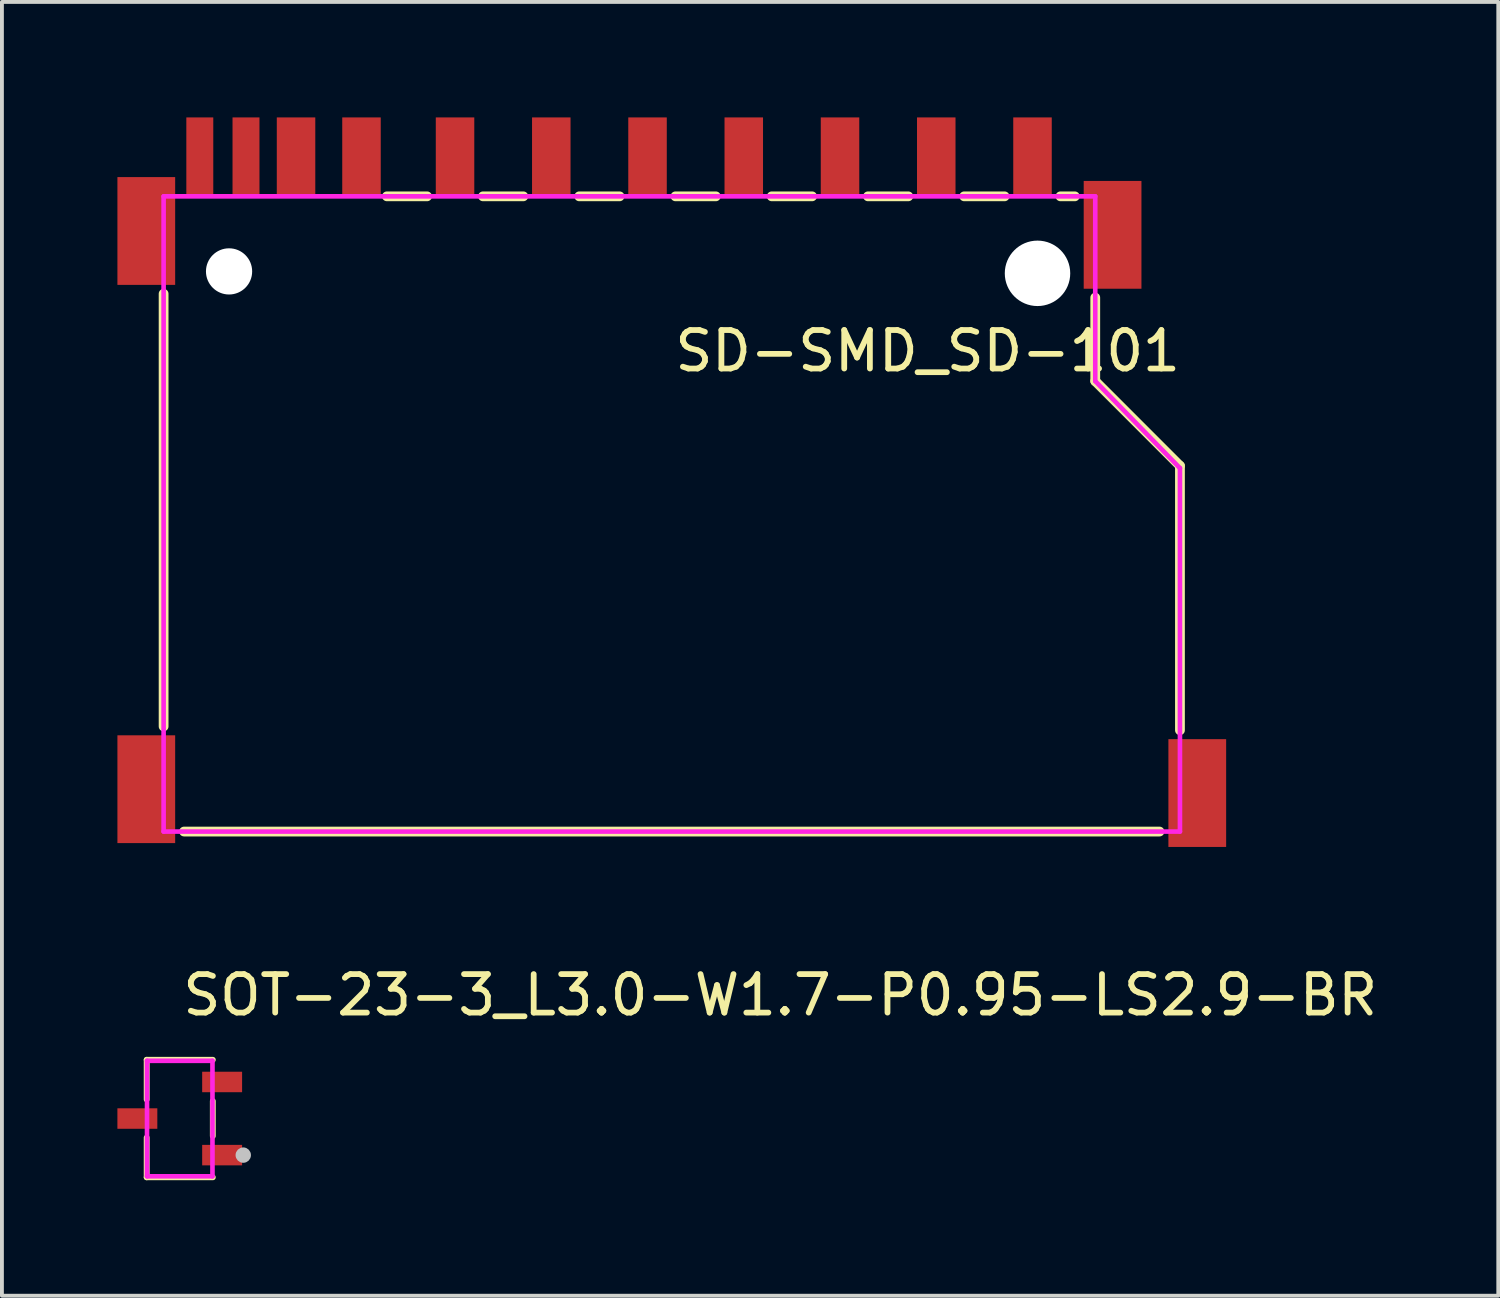
<source format=kicad_pcb>
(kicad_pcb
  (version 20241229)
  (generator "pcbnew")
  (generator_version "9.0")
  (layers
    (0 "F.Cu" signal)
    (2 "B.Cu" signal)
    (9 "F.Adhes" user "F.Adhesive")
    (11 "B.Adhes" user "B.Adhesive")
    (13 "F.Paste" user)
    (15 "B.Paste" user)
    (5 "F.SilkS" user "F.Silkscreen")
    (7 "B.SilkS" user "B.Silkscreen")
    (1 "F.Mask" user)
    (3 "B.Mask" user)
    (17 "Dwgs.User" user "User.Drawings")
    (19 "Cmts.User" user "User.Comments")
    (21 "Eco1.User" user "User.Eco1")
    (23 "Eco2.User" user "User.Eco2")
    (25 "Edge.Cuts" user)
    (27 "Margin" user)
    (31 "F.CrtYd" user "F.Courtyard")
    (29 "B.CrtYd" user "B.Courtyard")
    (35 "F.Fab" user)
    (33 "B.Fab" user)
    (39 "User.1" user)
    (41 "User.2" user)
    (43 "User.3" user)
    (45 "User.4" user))
  (footprint "SOT-23-3_L3.0-W1.7-P0.95-LS2.9-BR"
    (layer "F.Cu")
    (at 1.619 26.005)
    (property "Reference" "SOT-23-3_L3.0-W1.7-P0.95-LS2.9-BR" (at 0 -3.207 0) (layer "F.SilkS") (effects (font (size 1 1) (thickness 0.15)) (justify left)))
    (attr through_hole)
    (fp_line (start -0.859 -1.526) (end -0.859 -0.495) (stroke (width 0.152) (type solid)) (layer "F.SilkS"))
    (fp_line (start -0.859 1.526) (end -0.859 0.495) (stroke (width 0.152) (type solid)) (layer "F.SilkS"))
    (fp_line (start 0.859 -1.526) (end -0.859 -1.526) (stroke (width 0.152) (type solid)) (layer "F.SilkS"))
    (fp_line (start 0.859 -0.455) (end 0.859 0.455) (stroke (width 0.152) (type solid)) (layer "F.SilkS"))
    (fp_line (start 0.859 1.526) (end -0.859 1.526) (stroke (width 0.152) (type solid)) (layer "F.SilkS"))
    (fp_circle (center 1.65 0.95) (end 1.75 0.95) (stroke (width 0.2) (type solid)) (fill no) (layer "Dwgs.User"))
    (fp_line (start -1.01 -0.188) (end -0.815 -0.188) (stroke (width 0.12) (type solid)) (layer "Eco2.User"))
    (fp_line (start -1.01 0.188) (end -1.01 -0.188) (stroke (width 0.12) (type solid)) (layer "Eco2.User"))
    (fp_line (start -0.815 -0.188) (end -0.815 0.188) (stroke (width 0.12) (type solid)) (layer "Eco2.User"))
    (fp_line (start -0.815 0.188) (end -1.01 0.188) (stroke (width 0.12) (type solid)) (layer "Eco2.User"))
    (fp_line (start 0.815 -1.137) (end 1.01 -1.137) (stroke (width 0.12) (type solid)) (layer "Eco2.User"))
    (fp_line (start 0.815 -0.762) (end 0.815 -1.137) (stroke (width 0.12) (type solid)) (layer "Eco2.User"))
    (fp_line (start 0.815 0.762) (end 1.01 0.762) (stroke (width 0.12) (type solid)) (layer "Eco2.User"))
    (fp_line (start 0.815 1.137) (end 0.815 0.762) (stroke (width 0.12) (type solid)) (layer "Eco2.User"))
    (fp_line (start 1.01 -1.137) (end 1.01 -0.762) (stroke (width 0.12) (type solid)) (layer "Eco2.User"))
    (fp_line (start 1.01 -0.762) (end 0.815 -0.762) (stroke (width 0.12) (type solid)) (layer "Eco2.User"))
    (fp_line (start 1.01 0.762) (end 1.01 1.137) (stroke (width 0.12) (type solid)) (layer "Eco2.User"))
    (fp_line (start 1.01 1.137) (end 0.815 1.137) (stroke (width 0.12) (type solid)) (layer "Eco2.User"))
    (fp_circle (center 1.425 1.5) (end 1.455 1.5) (stroke (width 0.06) (type solid)) (fill no) (layer "Eco2.User"))
    (fp_poly (pts (xy -1.425 0.188) (xy -1.425 -0.188) (xy -1 -0.188) (xy -1 0.188)) (stroke (width 0.12) (type solid)) (fill no) (layer "Eco2.User"))
    (fp_poly (pts (xy 1 -0.762) (xy 1 -1.137) (xy 1.425 -1.137) (xy 1.425 -0.762)) (stroke (width 0.12) (type solid)) (fill no) (layer "Eco2.User"))
    (fp_poly (pts (xy 1 1.137) (xy 1 0.762) (xy 1.425 0.762) (xy 1.425 1.137)) (stroke (width 0.12) (type solid)) (fill no) (layer "Eco2.User"))
    (fp_line (start -0.85 -1.5) (end 0.85 -1.5) (stroke (width 0.12) (type solid)) (layer "F.CrtYd"))
    (fp_line (start -0.85 1.5) (end -0.85 -1.5) (stroke (width 0.12) (type solid)) (layer "F.CrtYd"))
    (fp_line (start 0.85 -1.5) (end 0.85 1.5) (stroke (width 0.12) (type solid)) (layer "F.CrtYd"))
    (fp_line (start 0.85 1.5) (end -0.85 1.5) (stroke (width 0.12) (type solid)) (layer "F.CrtYd"))
    (pad "1" smd rect (at 1.101 0.95) (size 1.037 0.532) (layers "F.Cu" "F.Mask" "F.Paste"))
    (pad "2" smd rect (at 1.101 -0.95) (size 1.037 0.532) (layers "F.Cu" "F.Mask" "F.Paste"))
    (pad "3" smd rect (at -1.101 0) (size 1.037 0.532) (layers "F.Cu" "F.Mask" "F.Paste")))
  (footprint "SD-SMD_SD-101"
    (layer "F.Cu")
    (at 14.4 9.275)
    (property "Reference" "SD-SMD_SD-101" (at 0 -3.207 0) (layer "F.SilkS") (effects (font (size 1 1) (thickness 0.15)) (justify left)))
    (attr through_hole)
    (fp_line (start -13.2 6.544) (end -13.2 -4.694) (stroke (width 0.254) (type solid)) (layer "F.SilkS"))
    (fp_line (start -7.4 -7.225) (end -6.356 -7.225) (stroke (width 0.254) (type solid)) (layer "F.SilkS"))
    (fp_line (start -4.904 -7.225) (end -3.856 -7.225) (stroke (width 0.254) (type solid)) (layer "F.SilkS"))
    (fp_line (start -2.404 -7.225) (end -1.356 -7.225) (stroke (width 0.254) (type solid)) (layer "F.SilkS"))
    (fp_line (start 0.096 -7.225) (end 1.144 -7.225) (stroke (width 0.254) (type solid)) (layer "F.SilkS"))
    (fp_line (start 2.596 -7.225) (end 3.645 -7.225) (stroke (width 0.254) (type solid)) (layer "F.SilkS"))
    (fp_line (start 5.096 -7.225) (end 6.144 -7.225) (stroke (width 0.254) (type solid)) (layer "F.SilkS"))
    (fp_line (start 7.596 -7.225) (end 8.645 -7.225) (stroke (width 0.254) (type solid)) (layer "F.SilkS"))
    (fp_line (start 10.096 -7.225) (end 10.469 -7.225) (stroke (width 0.254) (type solid)) (layer "F.SilkS"))
    (fp_line (start 11 -2.425) (end 11 -4.594) (stroke (width 0.254) (type solid)) (layer "F.SilkS"))
    (fp_line (start 12.669 9.275) (end -12.669 9.275) (stroke (width 0.254) (type solid)) (layer "F.SilkS"))
    (fp_line (start 13.2 -0.225) (end 11 -2.425) (stroke (width 0.254) (type solid)) (layer "F.SilkS"))
    (fp_line (start 13.2 6.644) (end 13.2 -0.225) (stroke (width 0.254) (type solid)) (layer "F.SilkS"))
    (fp_circle (center -11.5 -5.275) (end -11.275 -5.275) (stroke (width 0.45) (type solid)) (fill no) (layer "Dwgs.User"))
    (fp_circle (center 9.5 -5.225) (end 9.875 -5.225) (stroke (width 0.75) (type solid)) (fill no) (layer "Dwgs.User"))
    (fp_circle (center 14 -8.425) (end 14.03 -8.425) (stroke (width 0.06) (type solid)) (fill no) (layer "Eco2.User"))
    (fp_poly (pts (xy -14 -5.225) (xy -13.011 -5.225) (xy -13.011 -7.225) (xy -14 -7.225)) (stroke (width 0.12) (type solid)) (fill no) (layer "Eco2.User"))
    (fp_poly (pts (xy -14 9.275) (xy -13 9.275) (xy -13 7.275) (xy -14 7.275)) (stroke (width 0.12) (type solid)) (fill no) (layer "Eco2.User"))
    (fp_poly (pts (xy -12.51 -8.425) (xy -12.01 -8.425) (xy -12.01 -7.125) (xy -12.51 -7.125)) (stroke (width 0.12) (type solid)) (fill no) (layer "Eco2.User"))
    (fp_poly (pts (xy -11.31 -8.425) (xy -10.81 -8.425) (xy -10.81 -7.125) (xy -11.31 -7.125)) (stroke (width 0.12) (type solid)) (fill no) (layer "Eco2.User"))
    (fp_poly (pts (xy -10.01 -8.425) (xy -9.51 -8.425) (xy -9.51 -7.125) (xy -10.01 -7.125)) (stroke (width 0.12) (type solid)) (fill no) (layer "Eco2.User"))
    (fp_poly (pts (xy -8.31 -8.425) (xy -7.81 -8.425) (xy -7.81 -7.125) (xy -8.31 -7.125)) (stroke (width 0.12) (type solid)) (fill no) (layer "Eco2.User"))
    (fp_poly (pts (xy -5.88 -8.425) (xy -5.38 -8.425) (xy -5.38 -7.125) (xy -5.88 -7.125)) (stroke (width 0.12) (type solid)) (fill no) (layer "Eco2.User"))
    (fp_poly (pts (xy -3.38 -8.425) (xy -2.88 -8.425) (xy -2.88 -7.125) (xy -3.38 -7.125)) (stroke (width 0.12) (type solid)) (fill no) (layer "Eco2.User"))
    (fp_poly (pts (xy -0.88 -8.425) (xy -0.38 -8.425) (xy -0.38 -7.125) (xy -0.88 -7.125)) (stroke (width 0.12) (type solid)) (fill no) (layer "Eco2.User"))
    (fp_poly (pts (xy 1.62 -8.425) (xy 2.12 -8.425) (xy 2.12 -7.125) (xy 1.62 -7.125)) (stroke (width 0.12) (type solid)) (fill no) (layer "Eco2.User"))
    (fp_poly (pts (xy 4.12 -8.425) (xy 4.62 -8.425) (xy 4.62 -7.125) (xy 4.12 -7.125)) (stroke (width 0.12) (type solid)) (fill no) (layer "Eco2.User"))
    (fp_poly (pts (xy 6.62 -8.425) (xy 7.12 -8.425) (xy 7.12 -7.125) (xy 6.62 -7.125)) (stroke (width 0.12) (type solid)) (fill no) (layer "Eco2.User"))
    (fp_poly (pts (xy 9.12 -8.425) (xy 9.62 -8.425) (xy 9.62 -7.125) (xy 9.12 -7.125)) (stroke (width 0.12) (type solid)) (fill no) (layer "Eco2.User"))
    (fp_poly (pts (xy 11.8 -7.225) (xy 10.8 -7.225) (xy 10.8 -5.225) (xy 11.8 -5.225)) (stroke (width 0.12) (type solid)) (fill no) (layer "Eco2.User"))
    (fp_poly (pts (xy 14 7.275) (xy 13 7.275) (xy 13 9.275) (xy 14 9.275)) (stroke (width 0.12) (type solid)) (fill no) (layer "Eco2.User"))
    (fp_line (start -13.2 -7.225) (end 11 -7.225) (stroke (width 0.12) (type solid)) (layer "F.CrtYd"))
    (fp_line (start -13.2 9.275) (end -13.2 -7.225) (stroke (width 0.12) (type solid)) (layer "F.CrtYd"))
    (fp_line (start 11 -7.225) (end 11 -2.425) (stroke (width 0.12) (type solid)) (layer "F.CrtYd"))
    (fp_line (start 11 -2.425) (end 13.2 -0.165) (stroke (width 0.12) (type solid)) (layer "F.CrtYd"))
    (fp_line (start 13.2 -0.165) (end 13.2 9.275) (stroke (width 0.12) (type solid)) (layer "F.CrtYd"))
    (fp_line (start 13.2 9.275) (end -13.2 9.275) (stroke (width 0.12) (type solid)) (layer "F.CrtYd"))
    (pad "" np_thru_hole circle (at -11.5 -5.275) (size 1.2 1.2) (drill 1.2) (layers "*.Cu" "*.Mask"))
    (pad "" np_thru_hole circle (at 9.5 -5.225) (size 1.7 1.7) (drill 1.7) (layers "*.Cu" "*.Mask"))
    (pad "1" smd rect (at 6.87 -8.275) (size 1 2) (layers "F.Cu" "F.Mask" "F.Paste"))
    (pad "2" smd rect (at 4.37 -8.275) (size 1 2) (layers "F.Cu" "F.Mask" "F.Paste"))
    (pad "3" smd rect (at 1.87 -8.275) (size 1 2) (layers "F.Cu" "F.Mask" "F.Paste"))
    (pad "4" smd rect (at -0.63 -8.275) (size 1 2) (layers "F.Cu" "F.Mask" "F.Paste"))
    (pad "5" smd rect (at -3.13 -8.275) (size 1 2) (layers "F.Cu" "F.Mask" "F.Paste"))
    (pad "6" smd rect (at -5.63 -8.275) (size 1 2) (layers "F.Cu" "F.Mask" "F.Paste"))
    (pad "7" smd rect (at -8.06 -8.275) (size 1 2) (layers "F.Cu" "F.Mask" "F.Paste"))
    (pad "8" smd rect (at -9.76 -8.275) (size 1 2) (layers "F.Cu" "F.Mask" "F.Paste"))
    (pad "9" smd rect (at 9.37 -8.275) (size 1 2) (layers "F.Cu" "F.Mask" "F.Paste"))
    (pad "10" smd rect (at -11.06 -8.275) (size 0.7 2) (layers "F.Cu" "F.Mask" "F.Paste"))
    (pad "11" smd rect (at -12.26 -8.275) (size 0.7 2) (layers "F.Cu" "F.Mask" "F.Paste"))
    (pad "12" smd rect (at -13.65 -6.325) (size 1.5 2.8) (layers "F.Cu" "F.Mask" "F.Paste"))
    (pad "13" smd rect (at -13.65 8.175) (size 1.5 2.8) (layers "F.Cu" "F.Mask" "F.Paste"))
    (pad "14" smd rect (at 13.65 8.275) (size 1.5 2.8) (layers "F.Cu" "F.Mask" "F.Paste"))
    (pad "15" smd rect (at 11.45 -6.225) (size 1.5 2.8) (layers "F.Cu" "F.Mask" "F.Paste")))
  (gr_rect
    (start -3 -3)
    (end 35.869 30.607)
    (stroke (width 0.1) (type default))
    (fill no)
    (layer "Edge.Cuts")))
</source>
